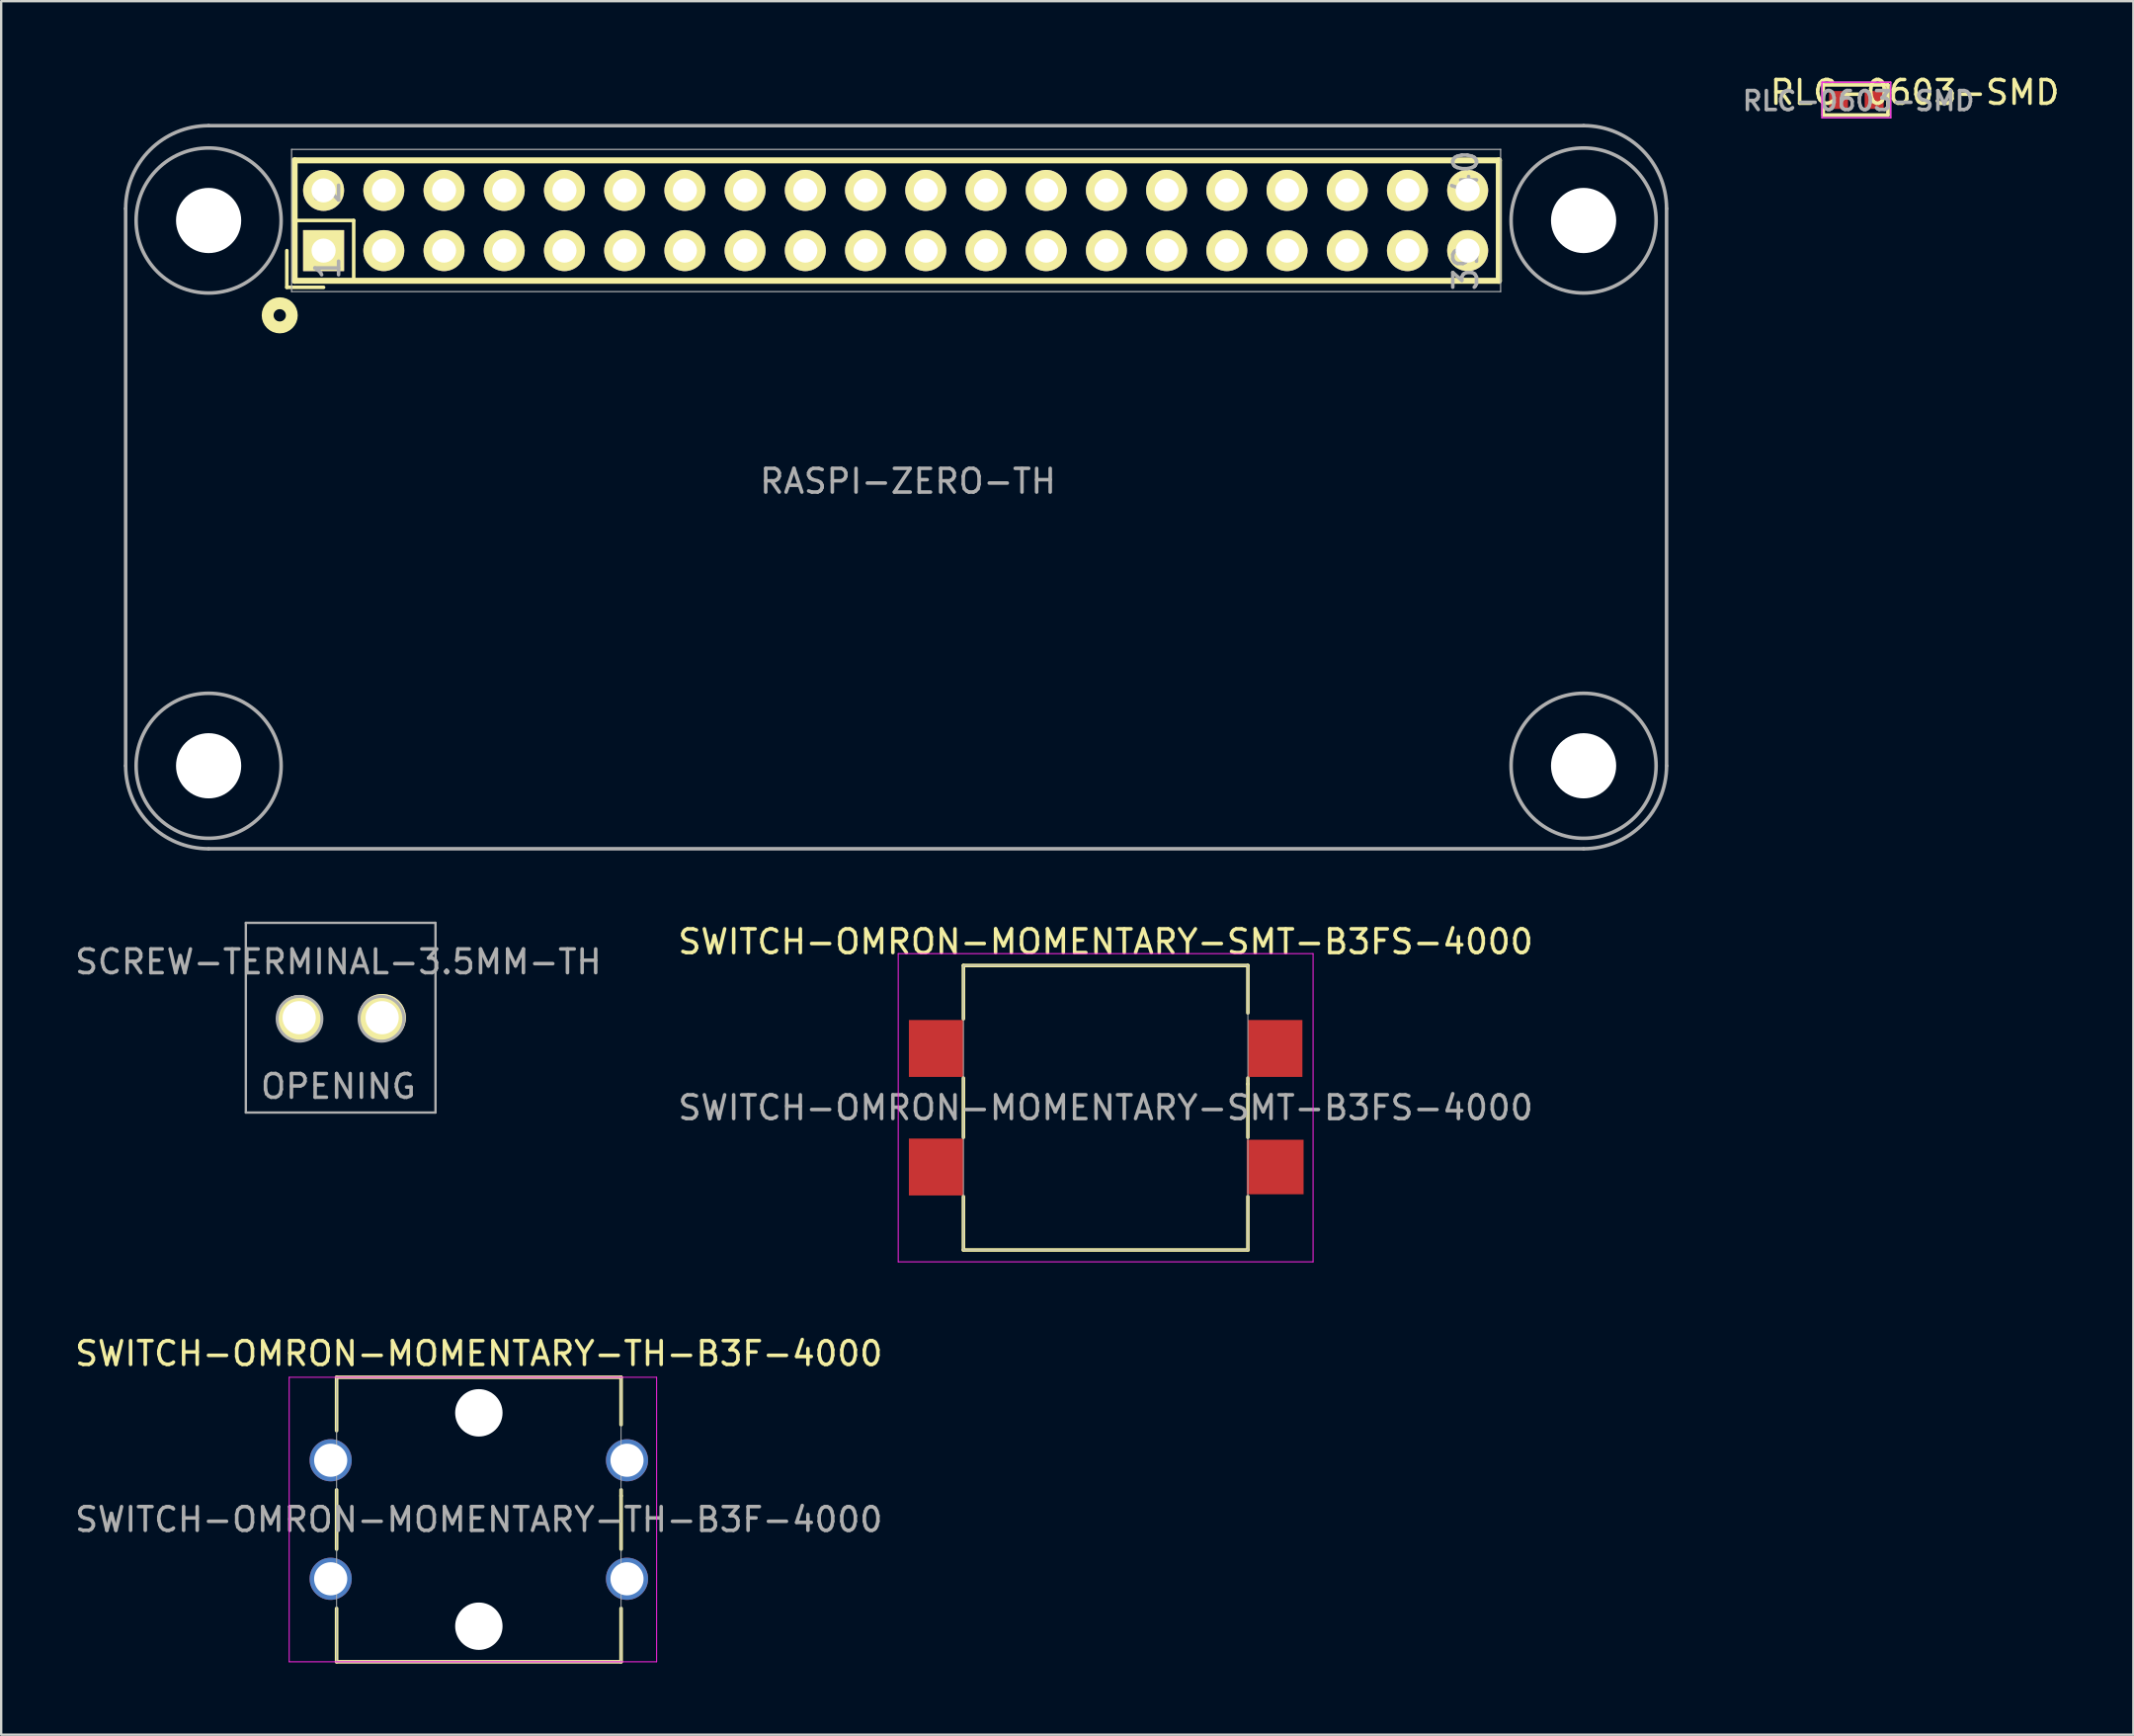
<source format=kicad_pcb>
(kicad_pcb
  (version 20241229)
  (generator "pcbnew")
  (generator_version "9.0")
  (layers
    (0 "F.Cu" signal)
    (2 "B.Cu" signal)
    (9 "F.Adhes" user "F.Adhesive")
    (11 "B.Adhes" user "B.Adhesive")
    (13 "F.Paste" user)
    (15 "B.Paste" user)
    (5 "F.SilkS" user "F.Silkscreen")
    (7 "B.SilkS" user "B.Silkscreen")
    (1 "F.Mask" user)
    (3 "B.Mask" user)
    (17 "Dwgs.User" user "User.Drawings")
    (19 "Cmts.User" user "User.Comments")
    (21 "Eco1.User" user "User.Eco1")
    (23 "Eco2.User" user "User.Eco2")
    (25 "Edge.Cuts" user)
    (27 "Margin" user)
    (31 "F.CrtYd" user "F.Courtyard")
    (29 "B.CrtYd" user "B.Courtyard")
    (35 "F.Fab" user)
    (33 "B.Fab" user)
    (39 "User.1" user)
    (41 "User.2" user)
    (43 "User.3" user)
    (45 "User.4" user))
  (footprint "SWITCH-OMRON-MOMENTARY-SMT-B3FS-4000"
    (layer "F.Cu")
    (at 43.589 43.673)
    (property "Reference" "SWITCH-OMRON-MOMENTARY-SMT-B3FS-4000" (at 0 0 0) (layer "F.Fab") (effects (font (size 1 1) (thickness 0.15))))
    (attr through_hole)
    (fp_line (start -6 -6) (end -6 -3.75) (stroke (width 0.152) (type solid)) (layer "F.SilkS"))
    (fp_line (start -6 -6) (end 6 -6) (stroke (width 0.152) (type solid)) (layer "F.SilkS"))
    (fp_line (start -6 -1.25) (end -6 1.25) (stroke (width 0.152) (type solid)) (layer "F.SilkS"))
    (fp_line (start -6 3.75) (end -6 6) (stroke (width 0.152) (type solid)) (layer "F.SilkS"))
    (fp_line (start -6 6) (end 6 6) (stroke (width 0.152) (type solid)) (layer "F.SilkS"))
    (fp_line (start 6 -6) (end 6 -4) (stroke (width 0.152) (type solid)) (layer "F.SilkS"))
    (fp_line (start 6 -1.25) (end 6 -1) (stroke (width 0.152) (type solid)) (layer "F.SilkS"))
    (fp_line (start 6 -1) (end 6 1.25) (stroke (width 0.152) (type solid)) (layer "F.SilkS"))
    (fp_line (start 6 6) (end 6 3.75) (stroke (width 0.152) (type solid)) (layer "F.SilkS"))
    (fp_line (start -8.75 -6.5) (end 8.75 -6.5) (stroke (width 0.041) (type solid)) (layer "F.CrtYd"))
    (fp_line (start -8.75 6.5) (end -8.75 -6.5) (stroke (width 0.041) (type solid)) (layer "F.CrtYd"))
    (fp_line (start 8.75 -6.5) (end 8.75 6.5) (stroke (width 0.041) (type solid)) (layer "F.CrtYd"))
    (fp_line (start 8.75 6.5) (end -8.75 6.5) (stroke (width 0.041) (type solid)) (layer "F.CrtYd"))
    (fp_line (start -6 -6) (end 6 -6) (stroke (width 0.041) (type solid)) (layer "F.Fab"))
    (fp_line (start -6 6) (end -6 -6) (stroke (width 0.041) (type solid)) (layer "F.Fab"))
    (fp_line (start 6 -6) (end 6 6) (stroke (width 0.041) (type solid)) (layer "F.Fab"))
    (fp_line (start 6 6) (end -6 6) (stroke (width 0.041) (type solid)) (layer "F.Fab"))
    (fp_text user "${REFERENCE}" (at 0 -7 0) (layer "F.SilkS") (effects (font (size 1 1) (thickness 0.15))))
    (pad "1" smd rect (at 7.15 2.5) (size 2.4 2.3) (layers "F.Cu" "F.Mask" "F.Paste"))
    (pad "2" smd rect (at -7.15 2.5) (size 2.3 2.4) (layers "F.Cu" "F.Mask" "F.Paste"))
    (pad "3" smd rect (at 7.15 -2.5) (size 2.3 2.4) (layers "F.Cu" "F.Mask" "F.Paste"))
    (pad "4" smd rect (at -7.15 -2.5) (size 2.3 2.4) (layers "F.Cu" "F.Mask" "F.Paste")))
  (footprint "RASPI-ZERO-TH"
    (layer "F.Cu")
    (at 0.25 0.25)
    (property "Reference" "RASPI-ZERO-TH" (at 35 17 0) (layer "F.Fab") (effects (font (size 1 1) (thickness 0.15))))
    (attr through_hole)
    (fp_line (start 8.8 7.27) (end 8.8 8.82) (stroke (width 0.15) (type solid)) (layer "F.SilkS"))
    (fp_line (start 8.8 8.82) (end 10.35 8.82) (stroke (width 0.15) (type solid)) (layer "F.SilkS"))
    (fp_line (start 9.08 3.46) (end 9.08 6) (stroke (width 0.15) (type solid)) (layer "F.SilkS"))
    (fp_line (start 9.08 6) (end 11.62 6) (stroke (width 0.15) (type solid)) (layer "F.SilkS"))
    (fp_line (start 9.127 3.463) (end 59.927 3.463) (stroke (width 0.254) (type solid)) (layer "F.SilkS"))
    (fp_line (start 9.127 8.543) (end 9.127 3.463) (stroke (width 0.254) (type solid)) (layer "F.SilkS"))
    (fp_line (start 11.62 6) (end 11.62 8.54) (stroke (width 0.15) (type solid)) (layer "F.SilkS"))
    (fp_line (start 11.62 8.54) (end 59.88 8.54) (stroke (width 0.15) (type solid)) (layer "F.SilkS"))
    (fp_line (start 59.88 3.46) (end 9.08 3.46) (stroke (width 0.15) (type solid)) (layer "F.SilkS"))
    (fp_line (start 59.88 3.46) (end 59.88 8.54) (stroke (width 0.15) (type solid)) (layer "F.SilkS"))
    (fp_line (start 59.927 3.463) (end 59.927 8.543) (stroke (width 0.254) (type solid)) (layer "F.SilkS"))
    (fp_line (start 59.927 8.543) (end 9.127 8.543) (stroke (width 0.254) (type solid)) (layer "F.SilkS"))
    (fp_circle (center 8.5 10) (end 8.6 10.5) (stroke (width 0.5) (type solid)) (fill no) (layer "F.SilkS"))
    (fp_line (start 2 5.5) (end 2 29) (stroke (width 0.15) (type solid)) (layer "F.Fab"))
    (fp_line (start 5.5 32.5) (end 63.5 32.5) (stroke (width 0.15) (type solid)) (layer "F.Fab"))
    (fp_line (start 9 3) (end 60 3) (stroke (width 0.05) (type solid)) (layer "F.Fab"))
    (fp_line (start 9 9) (end 9 3) (stroke (width 0.05) (type solid)) (layer "F.Fab"))
    (fp_line (start 9 9) (end 60 9) (stroke (width 0.05) (type solid)) (layer "F.Fab"))
    (fp_line (start 60 9) (end 60 3) (stroke (width 0.05) (type solid)) (layer "F.Fab"))
    (fp_line (start 63.5 2) (end 5.5 2) (stroke (width 0.15) (type solid)) (layer "F.Fab"))
    (fp_line (start 67 29) (end 67 5.5) (stroke (width 0.15) (type solid)) (layer "F.Fab"))
    (fp_arc (start 2 5.5) (mid 3.025126 3.025126) (end 5.5 2) (stroke (width 0.15) (type solid)) (layer "F.Fab"))
    (fp_arc (start 5.5 32.5) (mid 3.025126 31.474874) (end 2 29) (stroke (width 0.15) (type solid)) (layer "F.Fab"))
    (fp_arc (start 63.5 2) (mid 65.974874 3.025126) (end 67 5.5) (stroke (width 0.15) (type solid)) (layer "F.Fab"))
    (fp_arc (start 67 29) (mid 65.974874 31.474874) (end 63.5 32.5) (stroke (width 0.15) (type solid)) (layer "F.Fab"))
    (fp_circle (center 5.5 6) (end 3.994 8.662) (stroke (width 0.15) (type solid)) (fill no) (layer "F.Fab"))
    (fp_circle (center 5.5 29) (end 3.994 31.662) (stroke (width 0.15) (type solid)) (fill no) (layer "F.Fab"))
    (fp_circle (center 63.5 6) (end 65.006 3.338) (stroke (width 0.15) (type solid)) (fill no) (layer "F.Fab"))
    (fp_circle (center 63.5 29) (end 61.994 31.662) (stroke (width 0.15) (type solid)) (fill no) (layer "F.Fab"))
    (fp_text user "40" (at 58.527 4.003 90) (layer "F.Fab") (effects (font (size 1 1) (thickness 0.15))))
    (fp_text user "2" (at 10.527 4.8 90) (layer "F.Fab") (effects (font (size 1 1) (thickness 0.15))))
    (fp_text user "39" (at 58.527 8.003 90) (layer "F.Fab") (effects (font (size 1 1) (thickness 0.15))))
    (fp_text user "1" (at 10.527 8.003 90) (layer "F.Fab") (effects (font (size 1 1) (thickness 0.15))))
    (pad "" np_thru_hole circle (at 5.5 6) (size 2.75 2.75) (drill 2.75) (layers "*.Cu" "*.Mask"))
    (pad "" np_thru_hole circle (at 5.5 29) (size 2.75 2.75) (drill 2.75) (layers "*.Cu" "*.Mask"))
    (pad "" np_thru_hole circle (at 63.5 6 180) (size 2.75 2.75) (drill 2.75) (layers "*.Cu" "*.Mask"))
    (pad "" np_thru_hole circle (at 63.5 29 180) (size 2.75 2.75) (drill 2.75) (layers "*.Cu" "*.Mask"))
    (pad "1" thru_hole rect (at 10.35 7.27 90) (size 1.727 1.727) (drill 1.016) (layers "*.Cu" "*.Mask" "F.SilkS"))
    (pad "2" thru_hole oval (at 10.35 4.73 90) (size 1.727 1.727) (drill 1.016) (layers "*.Cu" "*.Mask" "F.SilkS"))
    (pad "3" thru_hole oval (at 12.89 7.27 90) (size 1.727 1.727) (drill 1.016) (layers "*.Cu" "*.Mask" "F.SilkS"))
    (pad "4" thru_hole oval (at 12.89 4.73 90) (size 1.727 1.727) (drill 1.016) (layers "*.Cu" "*.Mask" "F.SilkS"))
    (pad "5" thru_hole oval (at 15.43 7.27 90) (size 1.727 1.727) (drill 1.016) (layers "*.Cu" "*.Mask" "F.SilkS"))
    (pad "6" thru_hole oval (at 15.43 4.73 90) (size 1.727 1.727) (drill 1.016) (layers "*.Cu" "*.Mask" "F.SilkS"))
    (pad "7" thru_hole oval (at 17.97 7.27 90) (size 1.727 1.727) (drill 1.016) (layers "*.Cu" "*.Mask" "F.SilkS"))
    (pad "8" thru_hole oval (at 17.97 4.73 90) (size 1.727 1.727) (drill 1.016) (layers "*.Cu" "*.Mask" "F.SilkS"))
    (pad "9" thru_hole oval (at 20.51 7.27 90) (size 1.727 1.727) (drill 1.016) (layers "*.Cu" "*.Mask" "F.SilkS"))
    (pad "10" thru_hole oval (at 20.51 4.73 90) (size 1.727 1.727) (drill 1.016) (layers "*.Cu" "*.Mask" "F.SilkS"))
    (pad "11" thru_hole oval (at 23.05 7.27 90) (size 1.727 1.727) (drill 1.016) (layers "*.Cu" "*.Mask" "F.SilkS"))
    (pad "12" thru_hole oval (at 23.05 4.73 90) (size 1.727 1.727) (drill 1.016) (layers "*.Cu" "*.Mask" "F.SilkS"))
    (pad "13" thru_hole oval (at 25.59 7.27 90) (size 1.727 1.727) (drill 1.016) (layers "*.Cu" "*.Mask" "F.SilkS"))
    (pad "14" thru_hole oval (at 25.59 4.73 90) (size 1.727 1.727) (drill 1.016) (layers "*.Cu" "*.Mask" "F.SilkS"))
    (pad "15" thru_hole oval (at 28.13 7.27 90) (size 1.727 1.727) (drill 1.016) (layers "*.Cu" "*.Mask" "F.SilkS"))
    (pad "16" thru_hole oval (at 28.13 4.73 90) (size 1.727 1.727) (drill 1.016) (layers "*.Cu" "*.Mask" "F.SilkS"))
    (pad "17" thru_hole oval (at 30.67 7.27 90) (size 1.727 1.727) (drill 1.016) (layers "*.Cu" "*.Mask" "F.SilkS"))
    (pad "18" thru_hole oval (at 30.67 4.73 90) (size 1.727 1.727) (drill 1.016) (layers "*.Cu" "*.Mask" "F.SilkS"))
    (pad "19" thru_hole oval (at 33.21 7.27 90) (size 1.727 1.727) (drill 1.016) (layers "*.Cu" "*.Mask" "F.SilkS"))
    (pad "20" thru_hole oval (at 33.21 4.73 90) (size 1.727 1.727) (drill 1.016) (layers "*.Cu" "*.Mask" "F.SilkS"))
    (pad "21" thru_hole oval (at 35.75 7.27 90) (size 1.727 1.727) (drill 1.016) (layers "*.Cu" "*.Mask" "F.SilkS"))
    (pad "22" thru_hole oval (at 35.75 4.73 90) (size 1.727 1.727) (drill 1.016) (layers "*.Cu" "*.Mask" "F.SilkS"))
    (pad "23" thru_hole oval (at 38.29 7.27 90) (size 1.727 1.727) (drill 1.016) (layers "*.Cu" "*.Mask" "F.SilkS"))
    (pad "24" thru_hole oval (at 38.29 4.73 90) (size 1.727 1.727) (drill 1.016) (layers "*.Cu" "*.Mask" "F.SilkS"))
    (pad "25" thru_hole oval (at 40.83 7.27 90) (size 1.727 1.727) (drill 1.016) (layers "*.Cu" "*.Mask" "F.SilkS"))
    (pad "26" thru_hole oval (at 40.83 4.73 90) (size 1.727 1.727) (drill 1.016) (layers "*.Cu" "*.Mask" "F.SilkS"))
    (pad "27" thru_hole oval (at 43.37 7.27 90) (size 1.727 1.727) (drill 1.016) (layers "*.Cu" "*.Mask" "F.SilkS"))
    (pad "28" thru_hole oval (at 43.37 4.73 90) (size 1.727 1.727) (drill 1.016) (layers "*.Cu" "*.Mask" "F.SilkS"))
    (pad "29" thru_hole oval (at 45.91 7.27 90) (size 1.727 1.727) (drill 1.016) (layers "*.Cu" "*.Mask" "F.SilkS"))
    (pad "30" thru_hole oval (at 45.91 4.73 90) (size 1.727 1.727) (drill 1.016) (layers "*.Cu" "*.Mask" "F.SilkS"))
    (pad "31" thru_hole oval (at 48.45 7.27 90) (size 1.727 1.727) (drill 1.016) (layers "*.Cu" "*.Mask" "F.SilkS"))
    (pad "32" thru_hole oval (at 48.45 4.73 90) (size 1.727 1.727) (drill 1.016) (layers "*.Cu" "*.Mask" "F.SilkS"))
    (pad "33" thru_hole oval (at 50.99 7.27 90) (size 1.727 1.727) (drill 1.016) (layers "*.Cu" "*.Mask" "F.SilkS"))
    (pad "34" thru_hole oval (at 50.99 4.73 90) (size 1.727 1.727) (drill 1.016) (layers "*.Cu" "*.Mask" "F.SilkS"))
    (pad "35" thru_hole oval (at 53.53 7.27 90) (size 1.727 1.727) (drill 1.016) (layers "*.Cu" "*.Mask" "F.SilkS"))
    (pad "36" thru_hole oval (at 53.53 4.73 90) (size 1.727 1.727) (drill 1.016) (layers "*.Cu" "*.Mask" "F.SilkS"))
    (pad "37" thru_hole oval (at 56.07 7.27 90) (size 1.727 1.727) (drill 1.016) (layers "*.Cu" "*.Mask" "F.SilkS"))
    (pad "38" thru_hole oval (at 56.07 4.73 90) (size 1.727 1.727) (drill 1.016) (layers "*.Cu" "*.Mask" "F.SilkS"))
    (pad "39" thru_hole oval (at 58.61 7.27 90) (size 1.727 1.727) (drill 1.016) (layers "*.Cu" "*.Mask" "F.SilkS"))
    (pad "40" thru_hole oval (at 58.61 4.73 90) (size 1.727 1.727) (drill 1.016) (layers "*.Cu" "*.Mask" "F.SilkS")))
  (footprint "SWITCH-OMRON-MOMENTARY-TH-B3F-4000"
    (layer "F.Cu")
    (at 17.149 61.042)
    (property "Reference" "SWITCH-OMRON-MOMENTARY-TH-B3F-4000" (at 0 0 0) (layer "F.Fab") (effects (font (size 1 1) (thickness 0.15))))
    (attr through_hole)
    (fp_line (start -6 -6) (end -6 -3.75) (stroke (width 0.152) (type solid)) (layer "F.SilkS"))
    (fp_line (start -6 -6) (end 6 -6) (stroke (width 0.152) (type solid)) (layer "F.SilkS"))
    (fp_line (start -6 -1.25) (end -6 1.25) (stroke (width 0.152) (type solid)) (layer "F.SilkS"))
    (fp_line (start -6 3.75) (end -6 6) (stroke (width 0.152) (type solid)) (layer "F.SilkS"))
    (fp_line (start -6 6) (end 6 6) (stroke (width 0.152) (type solid)) (layer "F.SilkS"))
    (fp_line (start 6 -6) (end 6 -4) (stroke (width 0.152) (type solid)) (layer "F.SilkS"))
    (fp_line (start 6 -1.25) (end 6 -1) (stroke (width 0.152) (type solid)) (layer "F.SilkS"))
    (fp_line (start 6 -1) (end 6 1.25) (stroke (width 0.152) (type solid)) (layer "F.SilkS"))
    (fp_line (start 6 6) (end 6 3.75) (stroke (width 0.152) (type solid)) (layer "F.SilkS"))
    (fp_line (start -8 -6) (end 7.5 -6) (stroke (width 0.041) (type solid)) (layer "F.CrtYd"))
    (fp_line (start -8 6) (end -8 -6) (stroke (width 0.041) (type solid)) (layer "F.CrtYd"))
    (fp_line (start 7.5 -6) (end 7.5 6) (stroke (width 0.041) (type solid)) (layer "F.CrtYd"))
    (fp_line (start 7.5 6) (end -8 6) (stroke (width 0.041) (type solid)) (layer "F.CrtYd"))
    (fp_line (start -6 -6) (end 6 -6) (stroke (width 0.041) (type solid)) (layer "F.Fab"))
    (fp_line (start -6 6) (end -6 -6) (stroke (width 0.041) (type solid)) (layer "F.Fab"))
    (fp_line (start 6 -6) (end 6 6) (stroke (width 0.041) (type solid)) (layer "F.Fab"))
    (fp_line (start 6 6) (end -6 6) (stroke (width 0.041) (type solid)) (layer "F.Fab"))
    (fp_circle (center 0 -4.5) (end 0.5 -3.75) (stroke (width 0.041) (type solid)) (fill no) (layer "F.Fab"))
    (fp_circle (center 0 4.5) (end 0.5 5.25) (stroke (width 0.041) (type solid)) (fill no) (layer "F.Fab"))
    (fp_text user "${REFERENCE}" (at 0 -7 0) (layer "F.SilkS") (effects (font (size 1 1) (thickness 0.15))))
    (pad "" np_thru_hole circle (at 0 -4.5) (size 1.999 1.999) (drill 1.999) (layers "*.Cu"))
    (pad "" np_thru_hole circle (at 0 4.5) (size 1.999 1.999) (drill 1.999) (layers "*.Cu"))
    (pad "1" thru_hole circle (at 6.25 2.5) (size 1.778 1.778) (drill 1.397) (layers "*.Cu" "*.Mask"))
    (pad "2" thru_hole circle (at -6.25 2.5) (size 1.778 1.778) (drill 1.397) (layers "*.Cu" "*.Mask"))
    (pad "3" thru_hole circle (at 6.25 -2.5) (size 1.778 1.778) (drill 1.397) (layers "*.Cu" "*.Mask"))
    (pad "4" thru_hole circle (at -6.25 -2.5) (size 1.778 1.778) (drill 1.397) (layers "*.Cu" "*.Mask")))
  (footprint "RLC-0603-SMD"
    (layer "F.Cu")
    (at 75.256 1.166)
    (property "Reference" "RLC-0603-SMD" (at 0.09 0.04 0) (layer "F.Fab") (effects (font (size 0.8 0.8) (thickness 0.15))))
    (attr smd)
    (fp_line (start -1.397 -0.635) (end -1.397 0.635) (stroke (width 0.152) (type solid)) (layer "F.SilkS"))
    (fp_line (start -1.397 -0.635) (end 1.333 -0.635) (stroke (width 0.15) (type solid)) (layer "F.SilkS"))
    (fp_line (start 1.333 -0.635) (end 1.333 0.635) (stroke (width 0.152) (type solid)) (layer "F.SilkS"))
    (fp_line (start 1.333 0.635) (end -1.397 0.635) (stroke (width 0.15) (type solid)) (layer "F.SilkS"))
    (fp_line (start -1.45 -0.75) (end -1.45 0.75) (stroke (width 0.05) (type solid)) (layer "F.CrtYd"))
    (fp_line (start -1.45 -0.75) (end 1.45 -0.75) (stroke (width 0.05) (type solid)) (layer "F.CrtYd"))
    (fp_line (start -1.45 0.75) (end 1.45 0.75) (stroke (width 0.05) (type solid)) (layer "F.CrtYd"))
    (fp_line (start 1.45 -0.75) (end 1.45 0.75) (stroke (width 0.05) (type solid)) (layer "F.CrtYd"))
    (fp_line (start -1.45 -0.75) (end -1.45 0.75) (stroke (width 0.05) (type solid)) (layer "F.Fab"))
    (fp_line (start -1.45 -0.75) (end 1.45 -0.75) (stroke (width 0.05) (type solid)) (layer "F.Fab"))
    (fp_line (start -1.45 0.75) (end 1.45 0.75) (stroke (width 0.05) (type solid)) (layer "F.Fab"))
    (fp_line (start 1.45 -0.75) (end 1.45 0.75) (stroke (width 0.05) (type solid)) (layer "F.Fab"))
    (fp_text user "${REFERENCE}" (at 2.465 -0.318 0) (layer "F.SilkS") (effects (font (size 1 1) (thickness 0.15))))
    (pad "1" smd rect (at -0.75 0) (size 0.8 0.75) (layers "F.Cu" "F.Mask" "F.Paste"))
    (pad "2" smd rect (at 0.75 0) (size 0.8 0.75) (layers "F.Cu" "F.Mask" "F.Paste")))
  (footprint "SCREW-TERMINAL-3.5MM-TH"
    (layer "F.Cu")
    (at 7.442 43.921)
    (property "Reference" "SCREW-TERMINAL-3.5MM-TH" (at 3.778 -6.4 0) (layer "F.Fab") (effects (font (size 1 1) (thickness 0.15))))
    (attr through_hole)
    (fp_line (start -0.122 -8.046) (end 7.878 -8.046) (stroke (width 0.1) (type solid)) (layer "F.Fab"))
    (fp_line (start -0.122 -0.046) (end -0.122 -8.046) (stroke (width 0.1) (type solid)) (layer "F.Fab"))
    (fp_line (start 7.878 -8.046) (end 7.878 -0.046) (stroke (width 0.1) (type solid)) (layer "F.Fab"))
    (fp_line (start 7.878 -0.046) (end -0.122 -0.046) (stroke (width 0.1) (type solid)) (layer "F.Fab"))
    (fp_circle (center 2.143 -4) (end 2.943 -3.5) (stroke (width 0.127) (type solid)) (fill no) (layer "F.Fab"))
    (fp_circle (center 5.6 -4) (end 6.4 -3.5) (stroke (width 0.127) (type solid)) (fill no) (layer "F.Fab"))
    (fp_text user "OPENING" (at 3.778 -1.146 0) (layer "F.Fab") (effects (font (size 1 1) (thickness 0.15))))
    (pad "1" thru_hole circle (at 2.128 -4.046 180) (size 1.9 1.9) (drill 1.4) (layers "*.Cu" "*.Mask" "F.SilkS"))
    (pad "2" thru_hole circle (at 5.628 -4.046 270) (size 2 2) (drill 1.4) (layers "*.Cu" "*.Mask" "F.SilkS")))
  (gr_rect
    (start -3 -3)
    (end 86.941 70.118)
    (stroke (width 0.1) (type default))
    (fill no)
    (layer "Edge.Cuts")))
</source>
